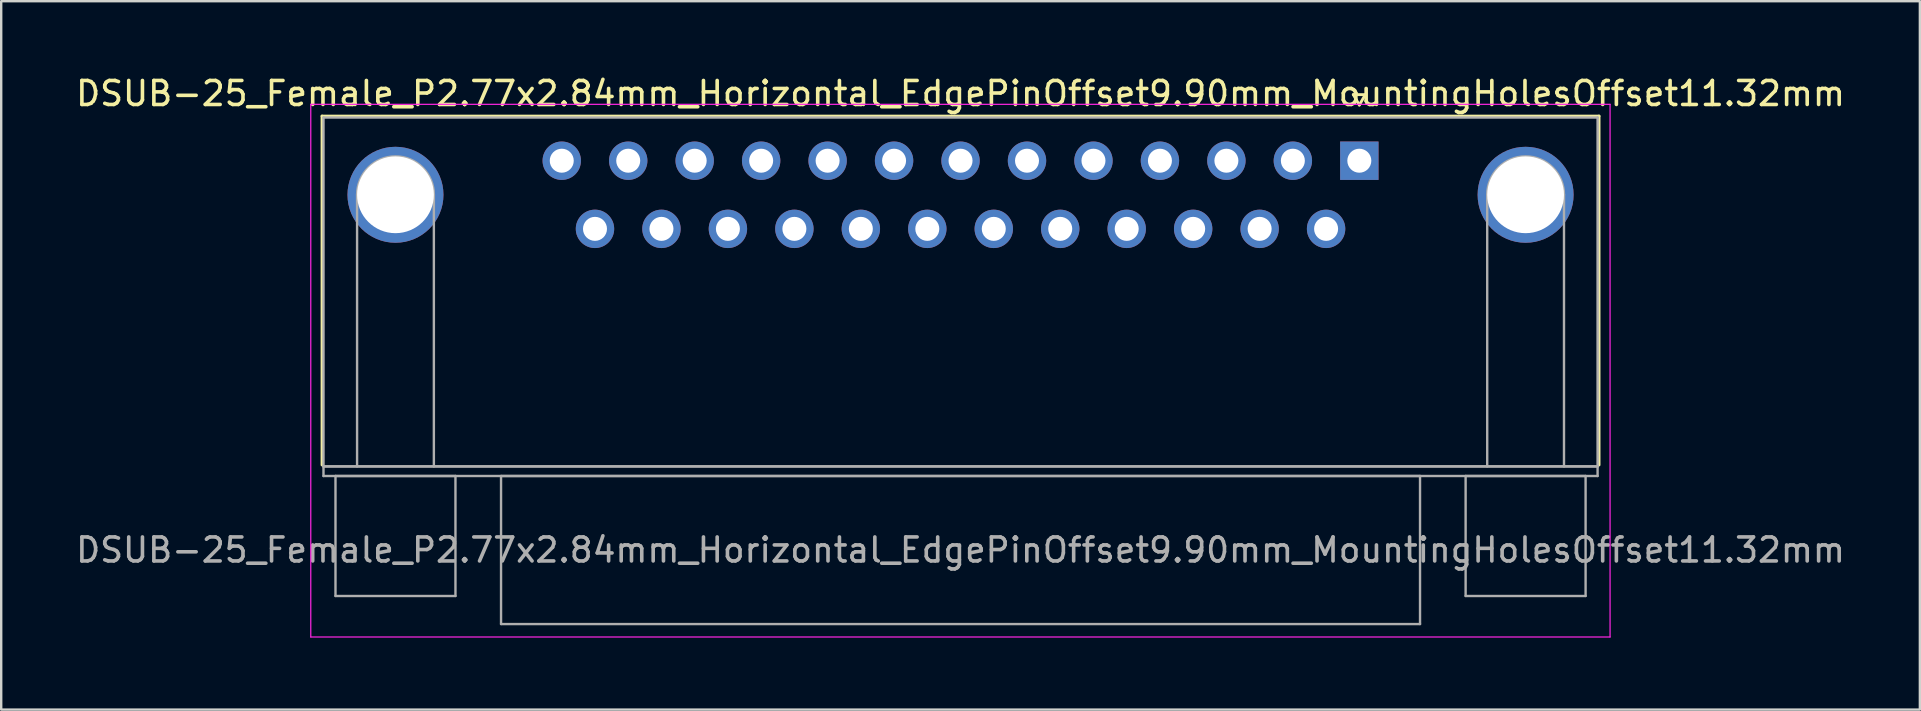
<source format=kicad_pcb>
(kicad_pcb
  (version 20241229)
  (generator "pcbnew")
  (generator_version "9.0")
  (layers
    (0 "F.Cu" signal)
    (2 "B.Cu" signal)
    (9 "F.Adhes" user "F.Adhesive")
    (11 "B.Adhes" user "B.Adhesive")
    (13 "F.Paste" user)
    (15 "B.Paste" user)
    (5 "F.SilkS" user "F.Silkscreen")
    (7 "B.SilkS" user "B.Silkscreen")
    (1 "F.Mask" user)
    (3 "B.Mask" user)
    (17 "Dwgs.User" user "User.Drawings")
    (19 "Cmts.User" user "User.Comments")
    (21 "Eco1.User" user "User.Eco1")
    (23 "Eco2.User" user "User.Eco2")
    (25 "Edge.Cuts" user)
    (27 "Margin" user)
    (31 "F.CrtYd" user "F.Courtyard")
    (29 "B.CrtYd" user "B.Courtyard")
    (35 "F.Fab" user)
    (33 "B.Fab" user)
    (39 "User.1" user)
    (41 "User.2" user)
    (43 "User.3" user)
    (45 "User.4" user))
  (footprint "DSUB-25_Female_P2.77x2.84mm_Horizontal_EdgePinOffset9.90mm_MountingHolesOffset11.32mm"
    (layer "F.Cu")
    (at 53.602 3.648)
    (property "Reference" "DSUB-25_Female_P2.77x2.84mm_Horizontal_EdgePinOffset9.90mm_MountingHolesOffset11.32mm" (at -16.62 -2.8 0) (layer "F.SilkS") (effects (font (size 1 1) (thickness 0.15))))
    (attr through_hole)
    (fp_line (start -43.23 -1.86) (end 9.99 -1.86) (stroke (width 0.12) (type solid)) (layer "F.SilkS"))
    (fp_line (start -43.23 12.68) (end -43.23 -1.86) (stroke (width 0.12) (type solid)) (layer "F.SilkS"))
    (fp_line (start -0.25 -2.754) (end 0.25 -2.754) (stroke (width 0.12) (type solid)) (layer "F.SilkS"))
    (fp_line (start 0 -2.321) (end -0.25 -2.754) (stroke (width 0.12) (type solid)) (layer "F.SilkS"))
    (fp_line (start 0.25 -2.754) (end 0 -2.321) (stroke (width 0.12) (type solid)) (layer "F.SilkS"))
    (fp_line (start 9.99 -1.86) (end 9.99 12.68) (stroke (width 0.12) (type solid)) (layer "F.SilkS"))
    (fp_line (start -43.7 -2.35) (end -43.7 19.85) (stroke (width 0.05) (type solid)) (layer "F.CrtYd"))
    (fp_line (start -43.7 19.85) (end 10.45 19.85) (stroke (width 0.05) (type solid)) (layer "F.CrtYd"))
    (fp_line (start 10.45 -2.35) (end -43.7 -2.35) (stroke (width 0.05) (type solid)) (layer "F.CrtYd"))
    (fp_line (start 10.45 19.85) (end 10.45 -2.35) (stroke (width 0.05) (type solid)) (layer "F.CrtYd"))
    (fp_line (start -43.17 -1.8) (end -43.17 12.74) (stroke (width 0.1) (type solid)) (layer "F.Fab"))
    (fp_line (start -43.17 12.74) (end -43.17 13.14) (stroke (width 0.1) (type solid)) (layer "F.Fab"))
    (fp_line (start -43.17 12.74) (end 9.93 12.74) (stroke (width 0.1) (type solid)) (layer "F.Fab"))
    (fp_line (start -43.17 13.14) (end 9.93 13.14) (stroke (width 0.1) (type solid)) (layer "F.Fab"))
    (fp_line (start -42.67 13.14) (end -42.67 18.14) (stroke (width 0.1) (type solid)) (layer "F.Fab"))
    (fp_line (start -42.67 18.14) (end -37.67 18.14) (stroke (width 0.1) (type solid)) (layer "F.Fab"))
    (fp_line (start -41.77 12.74) (end -41.77 1.42) (stroke (width 0.1) (type solid)) (layer "F.Fab"))
    (fp_line (start -38.57 12.74) (end -38.57 1.42) (stroke (width 0.1) (type solid)) (layer "F.Fab"))
    (fp_line (start -37.67 13.14) (end -42.67 13.14) (stroke (width 0.1) (type solid)) (layer "F.Fab"))
    (fp_line (start -37.67 18.14) (end -37.67 13.14) (stroke (width 0.1) (type solid)) (layer "F.Fab"))
    (fp_line (start -35.77 13.14) (end -35.77 19.31) (stroke (width 0.1) (type solid)) (layer "F.Fab"))
    (fp_line (start -35.77 19.31) (end 2.53 19.31) (stroke (width 0.1) (type solid)) (layer "F.Fab"))
    (fp_line (start 2.53 13.14) (end -35.77 13.14) (stroke (width 0.1) (type solid)) (layer "F.Fab"))
    (fp_line (start 2.53 19.31) (end 2.53 13.14) (stroke (width 0.1) (type solid)) (layer "F.Fab"))
    (fp_line (start 4.43 13.14) (end 4.43 18.14) (stroke (width 0.1) (type solid)) (layer "F.Fab"))
    (fp_line (start 4.43 18.14) (end 9.43 18.14) (stroke (width 0.1) (type solid)) (layer "F.Fab"))
    (fp_line (start 5.33 12.74) (end 5.33 1.42) (stroke (width 0.1) (type solid)) (layer "F.Fab"))
    (fp_line (start 8.53 12.74) (end 8.53 1.42) (stroke (width 0.1) (type solid)) (layer "F.Fab"))
    (fp_line (start 9.43 13.14) (end 4.43 13.14) (stroke (width 0.1) (type solid)) (layer "F.Fab"))
    (fp_line (start 9.43 18.14) (end 9.43 13.14) (stroke (width 0.1) (type solid)) (layer "F.Fab"))
    (fp_line (start 9.93 -1.8) (end -43.17 -1.8) (stroke (width 0.1) (type solid)) (layer "F.Fab"))
    (fp_line (start 9.93 12.74) (end -43.17 12.74) (stroke (width 0.1) (type solid)) (layer "F.Fab"))
    (fp_line (start 9.93 12.74) (end 9.93 -1.8) (stroke (width 0.1) (type solid)) (layer "F.Fab"))
    (fp_line (start 9.93 13.14) (end 9.93 12.74) (stroke (width 0.1) (type solid)) (layer "F.Fab"))
    (fp_arc (start -41.77 1.42) (mid -40.17 -0.18) (end -38.57 1.42) (stroke (width 0.1) (type solid)) (layer "F.Fab"))
    (fp_arc (start 5.33 1.42) (mid 6.93 -0.18) (end 8.53 1.42) (stroke (width 0.1) (type solid)) (layer "F.Fab"))
    (fp_text user "${REFERENCE}" (at -16.62 16.225 0) (layer "F.Fab") (effects (font (size 1 1) (thickness 0.15))))
    (pad "0" thru_hole circle (at -40.17 1.42) (size 4 4) (drill 3.2) (layers "*.Cu" "*.Mask"))
    (pad "0" thru_hole circle (at 6.93 1.42) (size 4 4) (drill 3.2) (layers "*.Cu" "*.Mask"))
    (pad "1" thru_hole rect (at 0 0) (size 1.6 1.6) (drill 1) (layers "*.Cu" "*.Mask"))
    (pad "2" thru_hole circle (at -2.77 0) (size 1.6 1.6) (drill 1) (layers "*.Cu" "*.Mask"))
    (pad "3" thru_hole circle (at -5.54 0) (size 1.6 1.6) (drill 1) (layers "*.Cu" "*.Mask"))
    (pad "4" thru_hole circle (at -8.31 0) (size 1.6 1.6) (drill 1) (layers "*.Cu" "*.Mask"))
    (pad "5" thru_hole circle (at -11.08 0) (size 1.6 1.6) (drill 1) (layers "*.Cu" "*.Mask"))
    (pad "6" thru_hole circle (at -13.85 0) (size 1.6 1.6) (drill 1) (layers "*.Cu" "*.Mask"))
    (pad "7" thru_hole circle (at -16.62 0) (size 1.6 1.6) (drill 1) (layers "*.Cu" "*.Mask"))
    (pad "8" thru_hole circle (at -19.39 0) (size 1.6 1.6) (drill 1) (layers "*.Cu" "*.Mask"))
    (pad "9" thru_hole circle (at -22.16 0) (size 1.6 1.6) (drill 1) (layers "*.Cu" "*.Mask"))
    (pad "10" thru_hole circle (at -24.93 0) (size 1.6 1.6) (drill 1) (layers "*.Cu" "*.Mask"))
    (pad "11" thru_hole circle (at -27.7 0) (size 1.6 1.6) (drill 1) (layers "*.Cu" "*.Mask"))
    (pad "12" thru_hole circle (at -30.47 0) (size 1.6 1.6) (drill 1) (layers "*.Cu" "*.Mask"))
    (pad "13" thru_hole circle (at -33.24 0) (size 1.6 1.6) (drill 1) (layers "*.Cu" "*.Mask"))
    (pad "14" thru_hole circle (at -1.385 2.84) (size 1.6 1.6) (drill 1) (layers "*.Cu" "*.Mask"))
    (pad "15" thru_hole circle (at -4.155 2.84) (size 1.6 1.6) (drill 1) (layers "*.Cu" "*.Mask"))
    (pad "16" thru_hole circle (at -6.925 2.84) (size 1.6 1.6) (drill 1) (layers "*.Cu" "*.Mask"))
    (pad "17" thru_hole circle (at -9.695 2.84) (size 1.6 1.6) (drill 1) (layers "*.Cu" "*.Mask"))
    (pad "18" thru_hole circle (at -12.465 2.84) (size 1.6 1.6) (drill 1) (layers "*.Cu" "*.Mask"))
    (pad "19" thru_hole circle (at -15.235 2.84) (size 1.6 1.6) (drill 1) (layers "*.Cu" "*.Mask"))
    (pad "20" thru_hole circle (at -18.005 2.84) (size 1.6 1.6) (drill 1) (layers "*.Cu" "*.Mask"))
    (pad "21" thru_hole circle (at -20.775 2.84) (size 1.6 1.6) (drill 1) (layers "*.Cu" "*.Mask"))
    (pad "22" thru_hole circle (at -23.545 2.84) (size 1.6 1.6) (drill 1) (layers "*.Cu" "*.Mask"))
    (pad "23" thru_hole circle (at -26.315 2.84) (size 1.6 1.6) (drill 1) (layers "*.Cu" "*.Mask"))
    (pad "24" thru_hole circle (at -29.085 2.84) (size 1.6 1.6) (drill 1) (layers "*.Cu" "*.Mask"))
    (pad "25" thru_hole circle (at -31.855 2.84) (size 1.6 1.6) (drill 1) (layers "*.Cu" "*.Mask")))
  (gr_rect
    (start -3 -3)
    (end 76.964 26.523)
    (stroke (width 0.1) (type default))
    (fill no)
    (layer "Edge.Cuts")))
</source>
